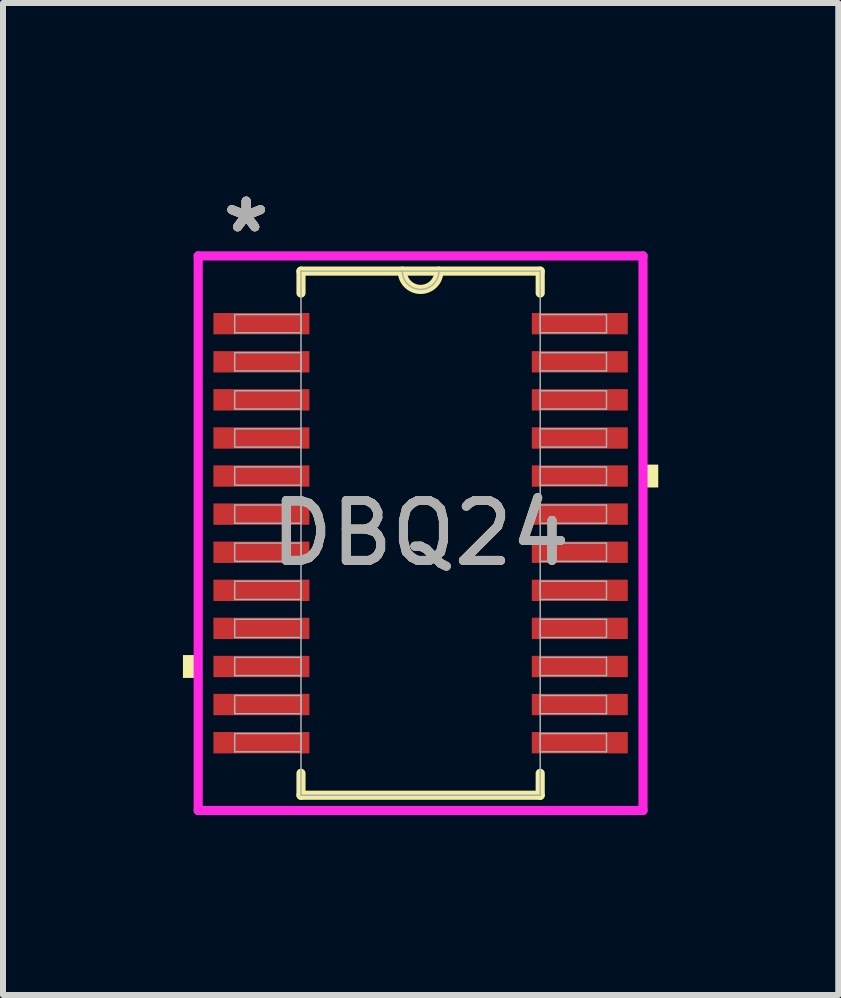
<source format=kicad_pcb>
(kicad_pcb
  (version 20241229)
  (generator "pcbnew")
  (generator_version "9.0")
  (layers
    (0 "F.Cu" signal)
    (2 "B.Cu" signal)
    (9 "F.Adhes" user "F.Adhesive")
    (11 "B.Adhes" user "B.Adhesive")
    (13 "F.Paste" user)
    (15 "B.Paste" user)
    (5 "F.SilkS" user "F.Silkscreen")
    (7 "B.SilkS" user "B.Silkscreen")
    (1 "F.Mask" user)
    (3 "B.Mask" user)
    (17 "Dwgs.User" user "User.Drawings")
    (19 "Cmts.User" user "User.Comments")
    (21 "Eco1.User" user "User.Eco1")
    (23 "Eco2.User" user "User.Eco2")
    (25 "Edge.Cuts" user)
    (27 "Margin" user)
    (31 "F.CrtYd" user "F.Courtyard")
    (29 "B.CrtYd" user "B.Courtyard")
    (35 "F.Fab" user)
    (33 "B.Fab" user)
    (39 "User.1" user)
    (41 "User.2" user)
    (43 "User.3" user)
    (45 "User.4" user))
  (footprint "DBQ24"
    (layer "F.Cu")
    (at 3.962 5.839)
    (property "Reference" "DBQ24" (at 0 0 0) (unlocked yes) (layer "F.SilkS") (effects (font (size 1 1) (thickness 0.15))))
    (attr smd)
    (fp_line (start -1.994 -4.369) (end -1.994 -4.003) (stroke (width 0.152) (type solid)) (layer "F.SilkS"))
    (fp_line (start -1.994 4.003) (end -1.994 4.369) (stroke (width 0.152) (type solid)) (layer "F.SilkS"))
    (fp_line (start -1.994 4.369) (end 1.994 4.369) (stroke (width 0.152) (type solid)) (layer "F.SilkS"))
    (fp_line (start 1.994 -4.369) (end -1.994 -4.369) (stroke (width 0.152) (type solid)) (layer "F.SilkS"))
    (fp_line (start 1.994 -4.003) (end 1.994 -4.369) (stroke (width 0.152) (type solid)) (layer "F.SilkS"))
    (fp_line (start 1.994 4.369) (end 1.994 4.003) (stroke (width 0.152) (type solid)) (layer "F.SilkS"))
    (fp_arc (start 0.3048 -4.3688) (mid 0 -4.064) (end -0.3048 -4.3688) (stroke (width 0.1524) (type solid)) (layer "F.SilkS"))
    (fp_poly (pts (xy -3.962 2.032) (xy -3.962 2.413) (xy -3.708 2.413) (xy -3.708 2.032)) (stroke (width 0) (type solid)) (fill yes) (layer "F.SilkS"))
    (fp_poly (pts (xy 3.962 -1.143) (xy 3.962 -0.762) (xy 3.708 -0.762) (xy 3.708 -1.143)) (stroke (width 0) (type solid)) (fill yes) (layer "F.SilkS"))
    (fp_line (start -3.708 -4.623) (end 3.708 -4.623) (stroke (width 0.152) (type solid)) (layer "F.CrtYd"))
    (fp_line (start -3.708 4.623) (end -3.708 -4.623) (stroke (width 0.152) (type solid)) (layer "F.CrtYd"))
    (fp_line (start 3.708 -4.623) (end 3.708 4.623) (stroke (width 0.152) (type solid)) (layer "F.CrtYd"))
    (fp_line (start 3.708 4.623) (end -3.708 4.623) (stroke (width 0.152) (type solid)) (layer "F.CrtYd"))
    (fp_line (start -3.099 -3.645) (end -3.099 -3.34) (stroke (width 0.025) (type solid)) (layer "F.Fab"))
    (fp_line (start -3.099 -3.34) (end -1.994 -3.34) (stroke (width 0.025) (type solid)) (layer "F.Fab"))
    (fp_line (start -3.099 -3.01) (end -3.099 -2.705) (stroke (width 0.025) (type solid)) (layer "F.Fab"))
    (fp_line (start -3.099 -2.705) (end -1.994 -2.705) (stroke (width 0.025) (type solid)) (layer "F.Fab"))
    (fp_line (start -3.099 -2.375) (end -3.099 -2.07) (stroke (width 0.025) (type solid)) (layer "F.Fab"))
    (fp_line (start -3.099 -2.07) (end -1.994 -2.07) (stroke (width 0.025) (type solid)) (layer "F.Fab"))
    (fp_line (start -3.099 -1.74) (end -3.099 -1.435) (stroke (width 0.025) (type solid)) (layer "F.Fab"))
    (fp_line (start -3.099 -1.435) (end -1.994 -1.435) (stroke (width 0.025) (type solid)) (layer "F.Fab"))
    (fp_line (start -3.099 -1.105) (end -3.099 -0.8) (stroke (width 0.025) (type solid)) (layer "F.Fab"))
    (fp_line (start -3.099 -0.8) (end -1.994 -0.8) (stroke (width 0.025) (type solid)) (layer "F.Fab"))
    (fp_line (start -3.099 -0.47) (end -3.099 -0.165) (stroke (width 0.025) (type solid)) (layer "F.Fab"))
    (fp_line (start -3.099 -0.165) (end -1.994 -0.165) (stroke (width 0.025) (type solid)) (layer "F.Fab"))
    (fp_line (start -3.099 0.165) (end -3.099 0.47) (stroke (width 0.025) (type solid)) (layer "F.Fab"))
    (fp_line (start -3.099 0.47) (end -1.994 0.47) (stroke (width 0.025) (type solid)) (layer "F.Fab"))
    (fp_line (start -3.099 0.8) (end -3.099 1.105) (stroke (width 0.025) (type solid)) (layer "F.Fab"))
    (fp_line (start -3.099 1.105) (end -1.994 1.105) (stroke (width 0.025) (type solid)) (layer "F.Fab"))
    (fp_line (start -3.099 1.435) (end -3.099 1.74) (stroke (width 0.025) (type solid)) (layer "F.Fab"))
    (fp_line (start -3.099 1.74) (end -1.994 1.74) (stroke (width 0.025) (type solid)) (layer "F.Fab"))
    (fp_line (start -3.099 2.07) (end -3.099 2.375) (stroke (width 0.025) (type solid)) (layer "F.Fab"))
    (fp_line (start -3.099 2.375) (end -1.994 2.375) (stroke (width 0.025) (type solid)) (layer "F.Fab"))
    (fp_line (start -3.099 2.705) (end -3.099 3.01) (stroke (width 0.025) (type solid)) (layer "F.Fab"))
    (fp_line (start -3.099 3.01) (end -1.994 3.01) (stroke (width 0.025) (type solid)) (layer "F.Fab"))
    (fp_line (start -3.099 3.34) (end -3.099 3.645) (stroke (width 0.025) (type solid)) (layer "F.Fab"))
    (fp_line (start -3.099 3.645) (end -1.994 3.645) (stroke (width 0.025) (type solid)) (layer "F.Fab"))
    (fp_line (start -1.994 -4.369) (end -1.994 4.369) (stroke (width 0.025) (type solid)) (layer "F.Fab"))
    (fp_line (start -1.994 -3.645) (end -3.099 -3.645) (stroke (width 0.025) (type solid)) (layer "F.Fab"))
    (fp_line (start -1.994 -3.34) (end -1.994 -3.645) (stroke (width 0.025) (type solid)) (layer "F.Fab"))
    (fp_line (start -1.994 -3.01) (end -3.099 -3.01) (stroke (width 0.025) (type solid)) (layer "F.Fab"))
    (fp_line (start -1.994 -2.705) (end -1.994 -3.01) (stroke (width 0.025) (type solid)) (layer "F.Fab"))
    (fp_line (start -1.994 -2.375) (end -3.099 -2.375) (stroke (width 0.025) (type solid)) (layer "F.Fab"))
    (fp_line (start -1.994 -2.07) (end -1.994 -2.375) (stroke (width 0.025) (type solid)) (layer "F.Fab"))
    (fp_line (start -1.994 -1.74) (end -3.099 -1.74) (stroke (width 0.025) (type solid)) (layer "F.Fab"))
    (fp_line (start -1.994 -1.435) (end -1.994 -1.74) (stroke (width 0.025) (type solid)) (layer "F.Fab"))
    (fp_line (start -1.994 -1.105) (end -3.099 -1.105) (stroke (width 0.025) (type solid)) (layer "F.Fab"))
    (fp_line (start -1.994 -0.8) (end -1.994 -1.105) (stroke (width 0.025) (type solid)) (layer "F.Fab"))
    (fp_line (start -1.994 -0.47) (end -3.099 -0.47) (stroke (width 0.025) (type solid)) (layer "F.Fab"))
    (fp_line (start -1.994 -0.165) (end -1.994 -0.47) (stroke (width 0.025) (type solid)) (layer "F.Fab"))
    (fp_line (start -1.994 0.165) (end -3.099 0.165) (stroke (width 0.025) (type solid)) (layer "F.Fab"))
    (fp_line (start -1.994 0.47) (end -1.994 0.165) (stroke (width 0.025) (type solid)) (layer "F.Fab"))
    (fp_line (start -1.994 0.8) (end -3.099 0.8) (stroke (width 0.025) (type solid)) (layer "F.Fab"))
    (fp_line (start -1.994 1.105) (end -1.994 0.8) (stroke (width 0.025) (type solid)) (layer "F.Fab"))
    (fp_line (start -1.994 1.435) (end -3.099 1.435) (stroke (width 0.025) (type solid)) (layer "F.Fab"))
    (fp_line (start -1.994 1.74) (end -1.994 1.435) (stroke (width 0.025) (type solid)) (layer "F.Fab"))
    (fp_line (start -1.994 2.07) (end -3.099 2.07) (stroke (width 0.025) (type solid)) (layer "F.Fab"))
    (fp_line (start -1.994 2.375) (end -1.994 2.07) (stroke (width 0.025) (type solid)) (layer "F.Fab"))
    (fp_line (start -1.994 2.705) (end -3.099 2.705) (stroke (width 0.025) (type solid)) (layer "F.Fab"))
    (fp_line (start -1.994 3.01) (end -1.994 2.705) (stroke (width 0.025) (type solid)) (layer "F.Fab"))
    (fp_line (start -1.994 3.34) (end -3.099 3.34) (stroke (width 0.025) (type solid)) (layer "F.Fab"))
    (fp_line (start -1.994 3.645) (end -1.994 3.34) (stroke (width 0.025) (type solid)) (layer "F.Fab"))
    (fp_line (start -1.994 4.369) (end 1.994 4.369) (stroke (width 0.025) (type solid)) (layer "F.Fab"))
    (fp_line (start 1.994 -4.369) (end -1.994 -4.369) (stroke (width 0.025) (type solid)) (layer "F.Fab"))
    (fp_line (start 1.994 -3.645) (end 1.994 -3.34) (stroke (width 0.025) (type solid)) (layer "F.Fab"))
    (fp_line (start 1.994 -3.34) (end 3.099 -3.34) (stroke (width 0.025) (type solid)) (layer "F.Fab"))
    (fp_line (start 1.994 -3.01) (end 1.994 -2.705) (stroke (width 0.025) (type solid)) (layer "F.Fab"))
    (fp_line (start 1.994 -2.705) (end 3.099 -2.705) (stroke (width 0.025) (type solid)) (layer "F.Fab"))
    (fp_line (start 1.994 -2.375) (end 1.994 -2.07) (stroke (width 0.025) (type solid)) (layer "F.Fab"))
    (fp_line (start 1.994 -2.07) (end 3.099 -2.07) (stroke (width 0.025) (type solid)) (layer "F.Fab"))
    (fp_line (start 1.994 -1.74) (end 1.994 -1.435) (stroke (width 0.025) (type solid)) (layer "F.Fab"))
    (fp_line (start 1.994 -1.435) (end 3.099 -1.435) (stroke (width 0.025) (type solid)) (layer "F.Fab"))
    (fp_line (start 1.994 -1.105) (end 1.994 -0.8) (stroke (width 0.025) (type solid)) (layer "F.Fab"))
    (fp_line (start 1.994 -0.8) (end 3.099 -0.8) (stroke (width 0.025) (type solid)) (layer "F.Fab"))
    (fp_line (start 1.994 -0.47) (end 1.994 -0.165) (stroke (width 0.025) (type solid)) (layer "F.Fab"))
    (fp_line (start 1.994 -0.165) (end 3.099 -0.165) (stroke (width 0.025) (type solid)) (layer "F.Fab"))
    (fp_line (start 1.994 0.165) (end 1.994 0.47) (stroke (width 0.025) (type solid)) (layer "F.Fab"))
    (fp_line (start 1.994 0.47) (end 3.099 0.47) (stroke (width 0.025) (type solid)) (layer "F.Fab"))
    (fp_line (start 1.994 0.8) (end 1.994 1.105) (stroke (width 0.025) (type solid)) (layer "F.Fab"))
    (fp_line (start 1.994 1.105) (end 3.099 1.105) (stroke (width 0.025) (type solid)) (layer "F.Fab"))
    (fp_line (start 1.994 1.435) (end 1.994 1.74) (stroke (width 0.025) (type solid)) (layer "F.Fab"))
    (fp_line (start 1.994 1.74) (end 3.099 1.74) (stroke (width 0.025) (type solid)) (layer "F.Fab"))
    (fp_line (start 1.994 2.07) (end 1.994 2.375) (stroke (width 0.025) (type solid)) (layer "F.Fab"))
    (fp_line (start 1.994 2.375) (end 3.099 2.375) (stroke (width 0.025) (type solid)) (layer "F.Fab"))
    (fp_line (start 1.994 2.705) (end 1.994 3.01) (stroke (width 0.025) (type solid)) (layer "F.Fab"))
    (fp_line (start 1.994 3.01) (end 3.099 3.01) (stroke (width 0.025) (type solid)) (layer "F.Fab"))
    (fp_line (start 1.994 3.34) (end 1.994 3.645) (stroke (width 0.025) (type solid)) (layer "F.Fab"))
    (fp_line (start 1.994 3.645) (end 3.099 3.645) (stroke (width 0.025) (type solid)) (layer "F.Fab"))
    (fp_line (start 1.994 4.369) (end 1.994 -4.369) (stroke (width 0.025) (type solid)) (layer "F.Fab"))
    (fp_line (start 3.099 -3.645) (end 1.994 -3.645) (stroke (width 0.025) (type solid)) (layer "F.Fab"))
    (fp_line (start 3.099 -3.34) (end 3.099 -3.645) (stroke (width 0.025) (type solid)) (layer "F.Fab"))
    (fp_line (start 3.099 -3.01) (end 1.994 -3.01) (stroke (width 0.025) (type solid)) (layer "F.Fab"))
    (fp_line (start 3.099 -2.705) (end 3.099 -3.01) (stroke (width 0.025) (type solid)) (layer "F.Fab"))
    (fp_line (start 3.099 -2.375) (end 1.994 -2.375) (stroke (width 0.025) (type solid)) (layer "F.Fab"))
    (fp_line (start 3.099 -2.07) (end 3.099 -2.375) (stroke (width 0.025) (type solid)) (layer "F.Fab"))
    (fp_line (start 3.099 -1.74) (end 1.994 -1.74) (stroke (width 0.025) (type solid)) (layer "F.Fab"))
    (fp_line (start 3.099 -1.435) (end 3.099 -1.74) (stroke (width 0.025) (type solid)) (layer "F.Fab"))
    (fp_line (start 3.099 -1.105) (end 1.994 -1.105) (stroke (width 0.025) (type solid)) (layer "F.Fab"))
    (fp_line (start 3.099 -0.8) (end 3.099 -1.105) (stroke (width 0.025) (type solid)) (layer "F.Fab"))
    (fp_line (start 3.099 -0.47) (end 1.994 -0.47) (stroke (width 0.025) (type solid)) (layer "F.Fab"))
    (fp_line (start 3.099 -0.165) (end 3.099 -0.47) (stroke (width 0.025) (type solid)) (layer "F.Fab"))
    (fp_line (start 3.099 0.165) (end 1.994 0.165) (stroke (width 0.025) (type solid)) (layer "F.Fab"))
    (fp_line (start 3.099 0.47) (end 3.099 0.165) (stroke (width 0.025) (type solid)) (layer "F.Fab"))
    (fp_line (start 3.099 0.8) (end 1.994 0.8) (stroke (width 0.025) (type solid)) (layer "F.Fab"))
    (fp_line (start 3.099 1.105) (end 3.099 0.8) (stroke (width 0.025) (type solid)) (layer "F.Fab"))
    (fp_line (start 3.099 1.435) (end 1.994 1.435) (stroke (width 0.025) (type solid)) (layer "F.Fab"))
    (fp_line (start 3.099 1.74) (end 3.099 1.435) (stroke (width 0.025) (type solid)) (layer "F.Fab"))
    (fp_line (start 3.099 2.07) (end 1.994 2.07) (stroke (width 0.025) (type solid)) (layer "F.Fab"))
    (fp_line (start 3.099 2.375) (end 3.099 2.07) (stroke (width 0.025) (type solid)) (layer "F.Fab"))
    (fp_line (start 3.099 2.705) (end 1.994 2.705) (stroke (width 0.025) (type solid)) (layer "F.Fab"))
    (fp_line (start 3.099 3.01) (end 3.099 2.705) (stroke (width 0.025) (type solid)) (layer "F.Fab"))
    (fp_line (start 3.099 3.34) (end 1.994 3.34) (stroke (width 0.025) (type solid)) (layer "F.Fab"))
    (fp_line (start 3.099 3.645) (end 3.099 3.34) (stroke (width 0.025) (type solid)) (layer "F.Fab"))
    (fp_arc (start 0.3048 -4.3688) (mid 0 -4.064) (end -0.3048 -4.3688) (stroke (width 0.0254) (type solid)) (layer "F.Fab"))
    (fp_text user "*" (at -2.908 -4.991 0) (layer "F.SilkS") (effects (font (size 1 1) (thickness 0.15))))
    (fp_text user "*" (at -2.908 -4.991 0) (unlocked yes) (layer "F.SilkS") (effects (font (size 1 1) (thickness 0.15))))
    (fp_text user "*" (at -2.908 -4.991 0) (layer "F.Fab") (effects (font (size 1 1) (thickness 0.15))))
    (fp_text user "*" (at -2.908 -4.991 0) (unlocked yes) (layer "F.Fab") (effects (font (size 1 1) (thickness 0.15))))
    (fp_text user "${REFERENCE}" (at 0 0 0) (unlocked yes) (layer "F.Fab") (effects (font (size 1 1) (thickness 0.15))))
    (pad "1" smd rect (at -2.654 -3.493) (size 1.6 0.356) (layers "F.Cu" "F.Mask" "F.Paste"))
    (pad "2" smd rect (at -2.654 -2.857) (size 1.6 0.356) (layers "F.Cu" "F.Mask" "F.Paste"))
    (pad "3" smd rect (at -2.654 -2.223) (size 1.6 0.356) (layers "F.Cu" "F.Mask" "F.Paste"))
    (pad "4" smd rect (at -2.654 -1.587) (size 1.6 0.356) (layers "F.Cu" "F.Mask" "F.Paste"))
    (pad "5" smd rect (at -2.654 -0.953) (size 1.6 0.356) (layers "F.Cu" "F.Mask" "F.Paste"))
    (pad "6" smd rect (at -2.654 -0.318) (size 1.6 0.356) (layers "F.Cu" "F.Mask" "F.Paste"))
    (pad "7" smd rect (at -2.654 0.318) (size 1.6 0.356) (layers "F.Cu" "F.Mask" "F.Paste"))
    (pad "8" smd rect (at -2.654 0.953) (size 1.6 0.356) (layers "F.Cu" "F.Mask" "F.Paste"))
    (pad "9" smd rect (at -2.654 1.587) (size 1.6 0.356) (layers "F.Cu" "F.Mask" "F.Paste"))
    (pad "10" smd rect (at -2.654 2.223) (size 1.6 0.356) (layers "F.Cu" "F.Mask" "F.Paste"))
    (pad "11" smd rect (at -2.654 2.857) (size 1.6 0.356) (layers "F.Cu" "F.Mask" "F.Paste"))
    (pad "12" smd rect (at -2.654 3.493) (size 1.6 0.356) (layers "F.Cu" "F.Mask" "F.Paste"))
    (pad "13" smd rect (at 2.654 3.493) (size 1.6 0.356) (layers "F.Cu" "F.Mask" "F.Paste"))
    (pad "14" smd rect (at 2.654 2.857) (size 1.6 0.356) (layers "F.Cu" "F.Mask" "F.Paste"))
    (pad "15" smd rect (at 2.654 2.223) (size 1.6 0.356) (layers "F.Cu" "F.Mask" "F.Paste"))
    (pad "16" smd rect (at 2.654 1.587) (size 1.6 0.356) (layers "F.Cu" "F.Mask" "F.Paste"))
    (pad "17" smd rect (at 2.654 0.953) (size 1.6 0.356) (layers "F.Cu" "F.Mask" "F.Paste"))
    (pad "18" smd rect (at 2.654 0.318) (size 1.6 0.356) (layers "F.Cu" "F.Mask" "F.Paste"))
    (pad "19" smd rect (at 2.654 -0.318) (size 1.6 0.356) (layers "F.Cu" "F.Mask" "F.Paste"))
    (pad "20" smd rect (at 2.654 -0.953) (size 1.6 0.356) (layers "F.Cu" "F.Mask" "F.Paste"))
    (pad "21" smd rect (at 2.654 -1.587) (size 1.6 0.356) (layers "F.Cu" "F.Mask" "F.Paste"))
    (pad "22" smd rect (at 2.654 -2.223) (size 1.6 0.356) (layers "F.Cu" "F.Mask" "F.Paste"))
    (pad "23" smd rect (at 2.654 -2.857) (size 1.6 0.356) (layers "F.Cu" "F.Mask" "F.Paste"))
    (pad "24" smd rect (at 2.654 -3.493) (size 1.6 0.356) (layers "F.Cu" "F.Mask" "F.Paste")))
  (gr_rect
    (start -3 -3)
    (end 10.925 13.538)
    (stroke (width 0.1) (type default))
    (fill no)
    (layer "Edge.Cuts")))
</source>
